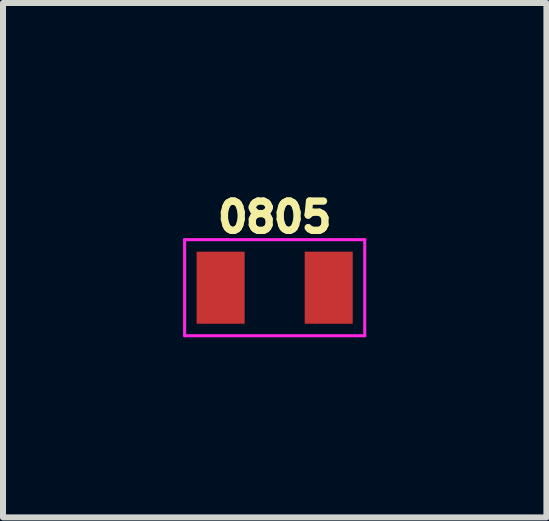
<source format=kicad_pcb>
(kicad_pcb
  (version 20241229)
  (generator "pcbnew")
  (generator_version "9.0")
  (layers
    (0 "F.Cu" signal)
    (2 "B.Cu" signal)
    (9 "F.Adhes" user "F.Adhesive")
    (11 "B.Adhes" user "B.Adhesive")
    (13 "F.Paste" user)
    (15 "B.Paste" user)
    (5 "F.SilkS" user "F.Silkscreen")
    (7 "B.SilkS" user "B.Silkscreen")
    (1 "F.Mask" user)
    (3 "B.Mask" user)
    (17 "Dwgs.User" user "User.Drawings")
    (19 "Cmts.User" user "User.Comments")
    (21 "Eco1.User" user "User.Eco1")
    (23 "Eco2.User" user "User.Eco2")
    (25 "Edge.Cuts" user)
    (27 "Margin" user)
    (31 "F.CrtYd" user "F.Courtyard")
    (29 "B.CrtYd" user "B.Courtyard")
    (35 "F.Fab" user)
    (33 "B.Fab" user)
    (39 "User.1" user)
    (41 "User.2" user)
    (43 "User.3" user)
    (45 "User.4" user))
  (footprint "0805"
    (layer "F.Cu")
    (at 1.525 1.742)
    (property "Reference" "0805" (at 0 -0.889 0) (layer "F.SilkS") (effects (font (size 0.488 0.488) (thickness 0.122)) (justify bottom)))
    (fp_line (start -1.5 -0.8) (end 1.5 -0.8) (stroke (width 0.051) (type solid)) (layer "F.CrtYd"))
    (fp_line (start -1.5 0.8) (end -1.5 -0.8) (stroke (width 0.051) (type solid)) (layer "F.CrtYd"))
    (fp_line (start 1.5 -0.8) (end 1.5 0.8) (stroke (width 0.051) (type solid)) (layer "F.CrtYd"))
    (fp_line (start 1.5 0.8) (end -1.5 0.8) (stroke (width 0.051) (type solid)) (layer "F.CrtYd"))
    (pad "1" smd rect (at -0.9 0) (size 0.8 1.2) (layers "F.Cu" "F.Mask" "F.Paste"))
    (pad "2" smd rect (at 0.9 0) (size 0.8 1.2) (layers "F.Cu" "F.Mask" "F.Paste")))
  (gr_rect
    (start -3 -3)
    (end 6.051 5.568)
    (stroke (width 0.1) (type default))
    (fill no)
    (layer "Edge.Cuts")))
</source>
